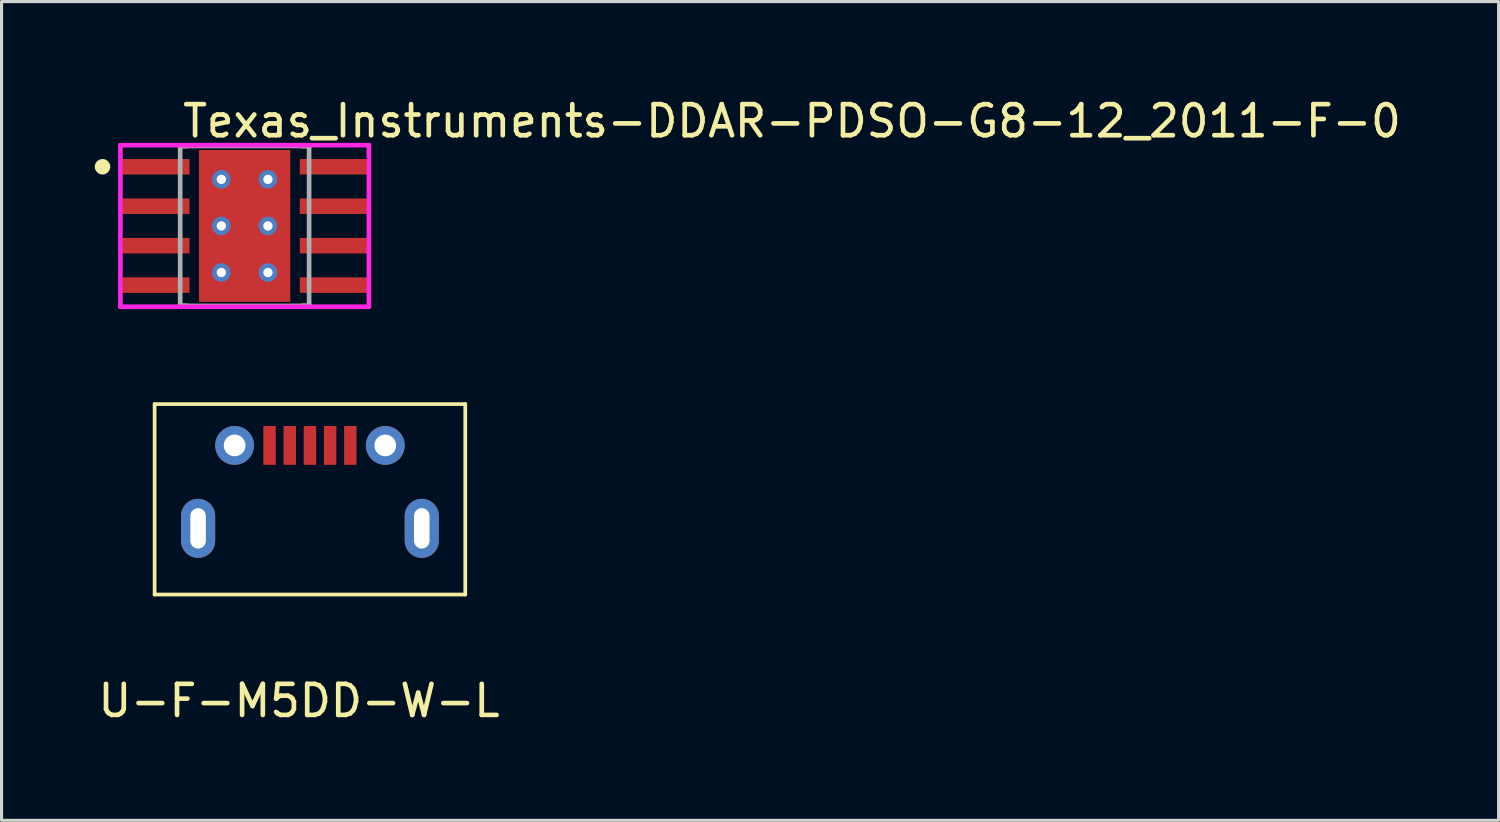
<source format=kicad_pcb>
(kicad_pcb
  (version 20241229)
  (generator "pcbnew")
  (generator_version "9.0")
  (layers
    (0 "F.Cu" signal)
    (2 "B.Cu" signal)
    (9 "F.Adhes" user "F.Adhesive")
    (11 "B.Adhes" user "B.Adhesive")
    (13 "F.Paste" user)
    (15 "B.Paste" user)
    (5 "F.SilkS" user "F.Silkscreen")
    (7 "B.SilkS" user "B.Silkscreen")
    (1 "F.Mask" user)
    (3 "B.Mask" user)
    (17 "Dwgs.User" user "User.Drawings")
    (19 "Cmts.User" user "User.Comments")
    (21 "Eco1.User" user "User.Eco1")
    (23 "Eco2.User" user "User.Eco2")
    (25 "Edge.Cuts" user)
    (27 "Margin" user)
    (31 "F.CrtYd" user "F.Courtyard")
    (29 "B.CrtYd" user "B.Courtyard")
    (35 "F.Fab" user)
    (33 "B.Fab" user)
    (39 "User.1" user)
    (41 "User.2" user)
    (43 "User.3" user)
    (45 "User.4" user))
  (footprint "U-F-M5DD-W-L"
    (layer "F.Cu")
    (at 6.927 13.958)
    (property "Reference" "U-F-M5DD-W-L" (at -0.35 5.55 0) (layer "F.SilkS") (effects (font (size 1 1) (thickness 0.15))))
    (attr through_hole)
    (fp_line (start -5 -4) (end -5 2.13) (stroke (width 0.12) (type solid)) (layer "F.SilkS"))
    (fp_line (start -5 -4) (end 5 -4) (stroke (width 0.12) (type solid)) (layer "F.SilkS"))
    (fp_line (start 5 2.13) (end -5 2.13) (stroke (width 0.12) (type solid)) (layer "F.SilkS"))
    (fp_line (start 5 2.13) (end 5 -4) (stroke (width 0.12) (type solid)) (layer "F.SilkS"))
    (pad "1" smd rect (at -1.3 -2.67) (size 0.4 1.25) (layers "F.Cu" "F.Mask" "F.Paste"))
    (pad "2" smd rect (at -0.65 -2.67 180) (size 0.4 1.25) (layers "F.Cu" "F.Mask" "F.Paste"))
    (pad "3" smd rect (at 0 -2.67 180) (size 0.4 1.25) (layers "F.Cu" "F.Mask" "F.Paste"))
    (pad "4" smd rect (at 0.65 -2.67 180) (size 0.4 1.25) (layers "F.Cu" "F.Mask" "F.Paste"))
    (pad "5" smd rect (at 1.3 -2.67 180) (size 0.4 1.25) (layers "F.Cu" "F.Mask" "F.Paste"))
    (pad "6" thru_hole oval (at -3.6 0 180) (size 1.1 1.9) (drill oval 0.5 1.3) (layers "*.Cu" "*.Mask"))
    (pad "6" thru_hole circle (at -2.425 -2.67 180) (size 1.25 1.25) (drill 0.7) (layers "*.Cu" "*.Mask"))
    (pad "6" thru_hole circle (at 2.425 -2.67 180) (size 1.25 1.25) (drill 0.7) (layers "*.Cu" "*.Mask"))
    (pad "6" thru_hole oval (at 3.6 0 180) (size 1.1 1.9) (drill oval 0.5 1.3) (layers "*.Cu" "*.Mask")))
  (footprint "Texas_Instruments-DDAR-PDSO-G8-12_2011-F-0"
    (layer "F.Cu")
    (at 4.825 4.223)
    (property "Reference" "Texas_Instruments-DDAR-PDSO-G8-12_2011-F-0" (at -2.075 -3.375 0) (layer "F.SilkS") (effects (font (size 1 1) (thickness 0.15)) (justify left)))
    (attr smd)
    (fp_line (start -2.075 -2.575) (end -1.845 -2.575) (stroke (width 0.15) (type solid)) (layer "F.SilkS"))
    (fp_line (start -2.075 -2.53) (end -2.075 -2.575) (stroke (width 0.15) (type solid)) (layer "F.SilkS"))
    (fp_line (start -2.075 2.575) (end -2.075 2.53) (stroke (width 0.15) (type solid)) (layer "F.SilkS"))
    (fp_line (start -2.075 2.575) (end -1.845 2.575) (stroke (width 0.15) (type solid)) (layer "F.SilkS"))
    (fp_line (start 1.845 -2.575) (end 2.075 -2.575) (stroke (width 0.15) (type solid)) (layer "F.SilkS"))
    (fp_line (start 1.845 2.575) (end 2.075 2.575) (stroke (width 0.15) (type solid)) (layer "F.SilkS"))
    (fp_line (start 2.075 -2.53) (end 2.075 -2.575) (stroke (width 0.15) (type solid)) (layer "F.SilkS"))
    (fp_line (start 2.075 2.575) (end 2.075 2.53) (stroke (width 0.15) (type solid)) (layer "F.SilkS"))
    (fp_circle (center -4.575 -1.905) (end -4.45 -1.905) (stroke (width 0.25) (type solid)) (fill no) (layer "F.SilkS"))
    (fp_line (start -4 -2.6) (end -4 2.6) (stroke (width 0.15) (type solid)) (layer "F.CrtYd"))
    (fp_line (start -4 2.6) (end 4 2.6) (stroke (width 0.15) (type solid)) (layer "F.CrtYd"))
    (fp_line (start 4 -2.6) (end -4 -2.6) (stroke (width 0.15) (type solid)) (layer "F.CrtYd"))
    (fp_line (start 4 -2.6) (end 4 -2.6) (stroke (width 0.15) (type solid)) (layer "F.CrtYd"))
    (fp_line (start 4 2.6) (end 4 -2.6) (stroke (width 0.15) (type solid)) (layer "F.CrtYd"))
    (fp_line (start -2.075 -2.575) (end 2.075 -2.575) (stroke (width 0.15) (type solid)) (layer "F.Fab"))
    (fp_line (start -2.075 2.575) (end -2.075 -2.575) (stroke (width 0.15) (type solid)) (layer "F.Fab"))
    (fp_line (start 2.075 -2.575) (end 2.075 2.575) (stroke (width 0.15) (type solid)) (layer "F.Fab"))
    (fp_line (start 2.075 2.575) (end -2.075 2.575) (stroke (width 0.15) (type solid)) (layer "F.Fab"))
    (pad "" smd rect (at -2.875 -1.905) (size 2.15 0.45) (layers "F.Paste"))
    (pad "" smd rect (at -2.875 -0.635) (size 2.15 0.45) (layers "F.Paste"))
    (pad "" smd rect (at -2.875 0.635) (size 2.15 0.45) (layers "F.Paste"))
    (pad "" smd rect (at -2.875 1.905) (size 2.15 0.45) (layers "F.Paste"))
    (pad "" smd rect (at 0 0) (size 2.13 3) (layers "F.Mask" "F.Paste"))
    (pad "" smd rect (at 2.875 -1.905) (size 2.15 0.45) (layers "F.Paste"))
    (pad "" smd rect (at 2.875 -0.635) (size 2.15 0.45) (layers "F.Paste"))
    (pad "" smd rect (at 2.875 0.635) (size 2.15 0.45) (layers "F.Paste"))
    (pad "" smd rect (at 2.875 1.905) (size 2.15 0.45) (layers "F.Paste"))
    (pad "1" smd rect (at -2.875 -1.905) (size 2.2 0.5) (layers "F.Cu" "F.Mask"))
    (pad "2" smd rect (at -2.875 -0.635) (size 2.2 0.5) (layers "F.Cu" "F.Mask"))
    (pad "3" smd rect (at -2.875 0.635) (size 2.2 0.5) (layers "F.Cu" "F.Mask"))
    (pad "4" smd rect (at -2.875 1.905) (size 2.2 0.5) (layers "F.Cu" "F.Mask"))
    (pad "5" smd rect (at 2.875 1.905) (size 2.2 0.5) (layers "F.Cu" "F.Mask"))
    (pad "6" smd rect (at 2.875 0.635) (size 2.2 0.5) (layers "F.Cu" "F.Mask"))
    (pad "7" smd rect (at 2.875 -0.635) (size 2.2 0.5) (layers "F.Cu" "F.Mask"))
    (pad "8" smd rect (at 2.875 -1.905) (size 2.2 0.5) (layers "F.Cu" "F.Mask"))
    (pad "9" smd rect (at 0 0) (size 2.94 4.89) (layers "F.Cu"))
    (pad "~" thru_hole circle (at -0.75 -1.5) (size 0.6 0.6) (drill 0.3) (layers "*.Cu"))
    (pad "~" thru_hole circle (at -0.75 0) (size 0.6 0.6) (drill 0.3) (layers "*.Cu"))
    (pad "~" thru_hole circle (at -0.75 1.5) (size 0.6 0.6) (drill 0.3) (layers "*.Cu"))
    (pad "~" thru_hole circle (at 0.75 -1.5) (size 0.6 0.6) (drill 0.3) (layers "*.Cu"))
    (pad "~" thru_hole circle (at 0.75 0) (size 0.6 0.6) (drill 0.3) (layers "*.Cu"))
    (pad "~" thru_hole circle (at 0.75 1.5) (size 0.6 0.6) (drill 0.3) (layers "*.Cu")))
  (gr_rect
    (start -3 -3)
    (end 45.19 23.357)
    (stroke (width 0.1) (type default))
    (fill no)
    (layer "Edge.Cuts")))
</source>
